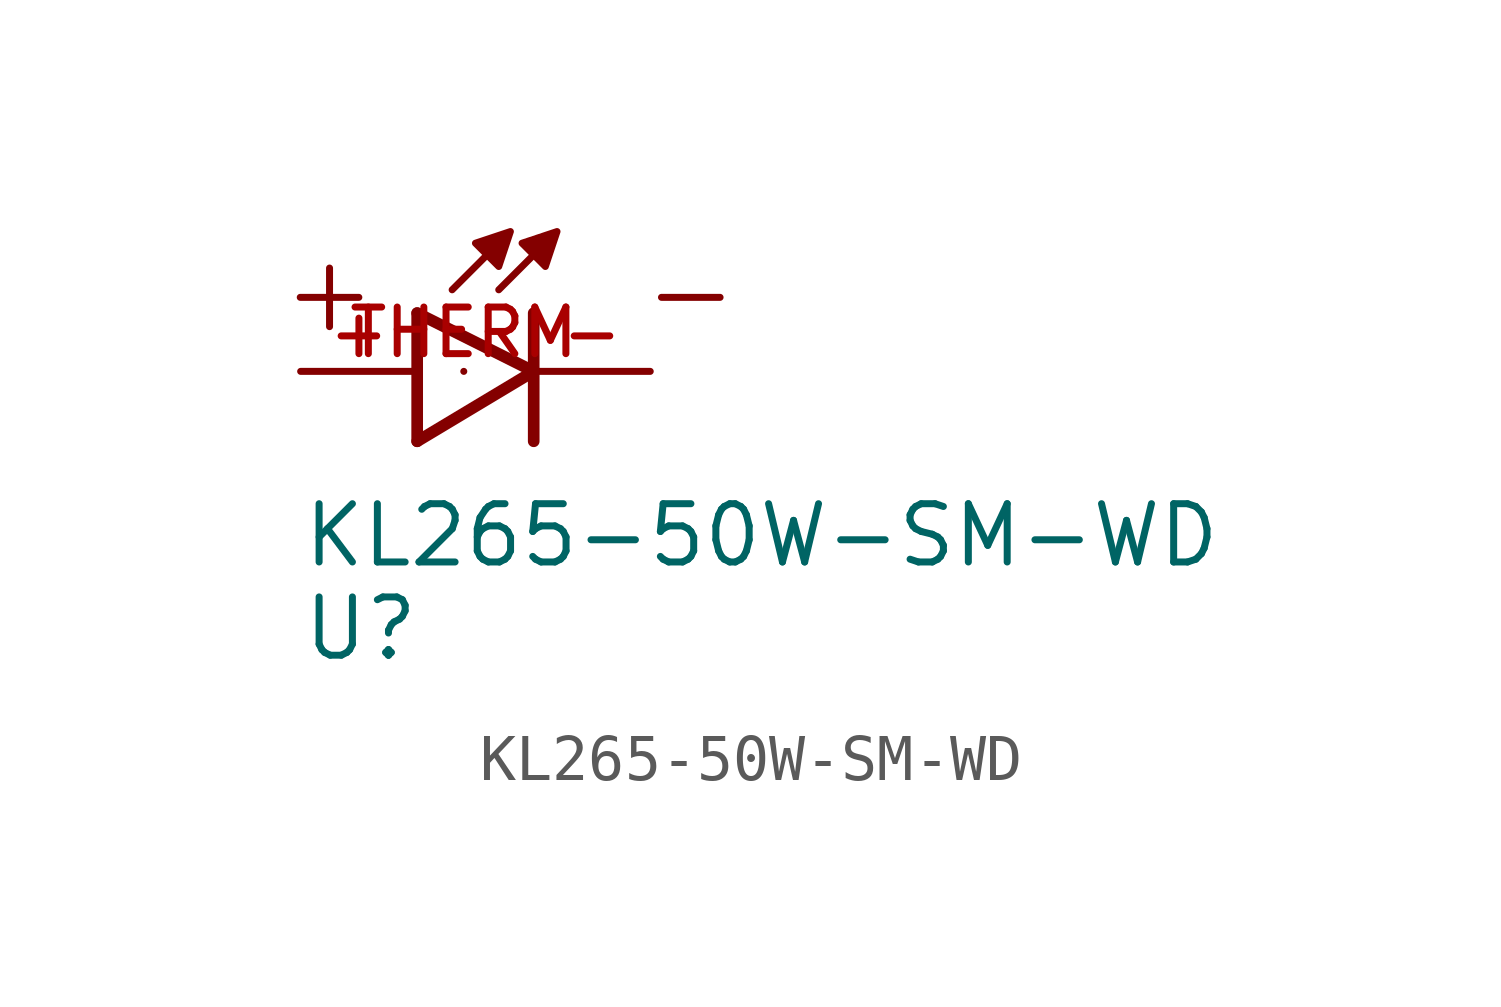
<source format=kicad_sym>
(kicad_symbol_lib
  (version 20211014)
  (generator kicad_symbol_editor)
  (symbol "KL265-50W-SM-WD"
    (pin_names
      (offset 1.016))
    (property "Reference" "U"
      (at -2.54 -6.35 0)
      (effects (font (size 1.27 1.27)) (justify bottom left)))
    (property "Value" "KL265-50W-SM-WD"
      (at -2.54 -4.318 0)
      (effects (font (size 1.27 1.27)) (justify bottom left)))
    (symbol "KL265-50W-SM-WD_0_0"
      (polyline (pts (xy 0.0 1.27) (xy 0.0 -1.524)) (stroke (width 0.254)))
      (polyline (pts (xy 0.0 1.27) (xy 2.54 0.0)) (stroke (width 0.254)))
      (polyline (pts (xy 2.54 0.0) (xy 0.0 -1.524)) (stroke (width 0.254)))
      (polyline (pts (xy 2.54 1.27) (xy 2.54 -1.524)) (stroke (width 0.254)))
      (text "+" (at -3.048 0.762 0) (effects (font (size 1.676 1.676)) (justify bottom left)))
      (text "-" (at 4.826 0.762 0) (effects (font (size 1.676 1.676)) (justify bottom left)))
      (polyline (pts (xy 0.762 1.778) (xy 1.524 2.54)) (stroke (width 0.152)))
      (polyline (pts (xy 2.54 2.54) (xy 1.778 1.778)) (stroke (width 0.152)))
      (polyline (pts (xy 1.27 2.794) (xy 1.778 2.286) (xy 2.032 3.048) (xy 1.27 2.794)) (stroke (width 0.152)) (fill (type outline)))
      (polyline (pts (xy 2.286 2.794) (xy 2.794 2.286) (xy 3.048 3.048) (xy 2.286 2.794)) (stroke (width 0.152)) (fill (type outline)))
      (pin power_in line (at -2.54 0.0 0) (length 2.54) (name "~" (effects (font (size 1.016 1.016)))) (number "+" (effects (font (size 1.016 1.016)))))
      (pin power_in line (at 5.08 0.0 180.0) (length 2.54) (name "~" (effects (font (size 1.016 1.016)))) (number "-" (effects (font (size 1.016 1.016)))))
      (pin bidirectional line (at 1.016 0.0 0) (length 0) (name "~" (effects (font (size 1.016 1.016)))) (number "THERM" (effects (font (size 1.016 1.016))))))))
</source>
